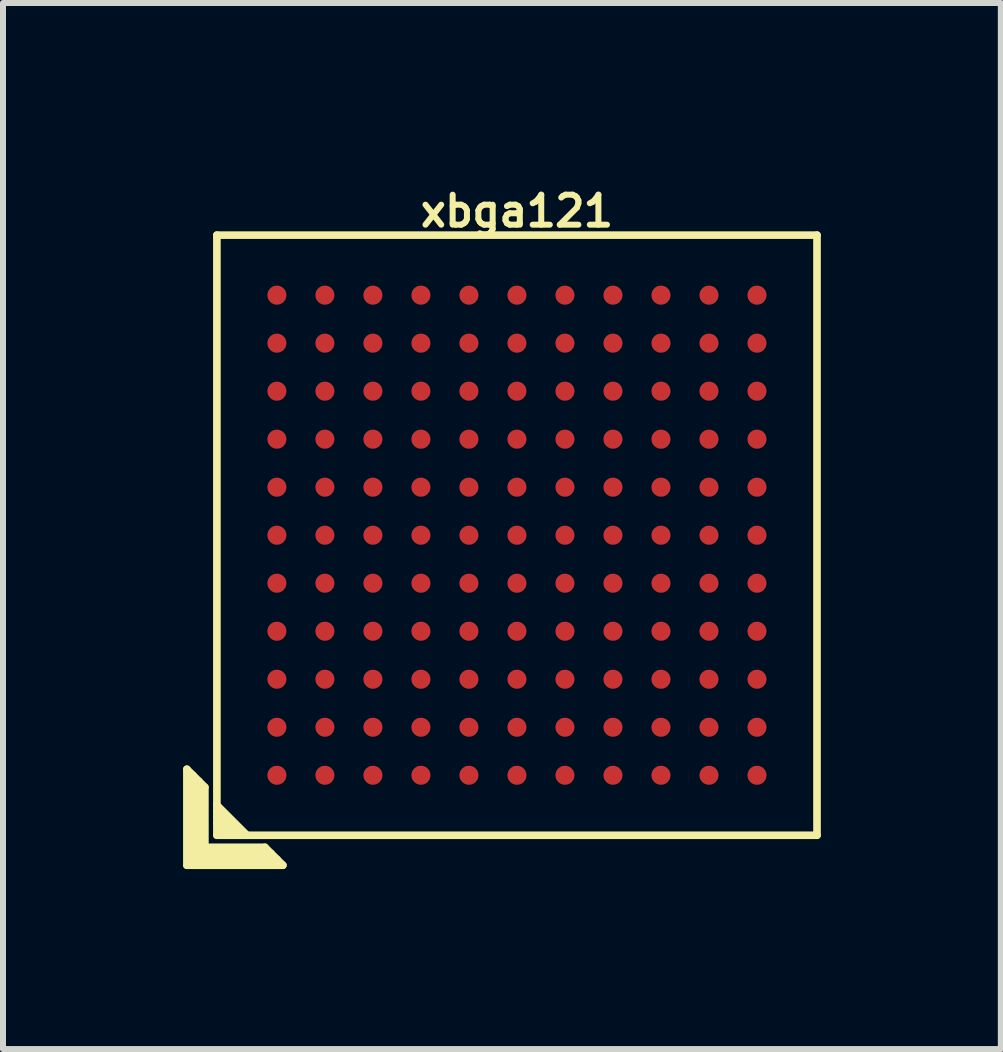
<source format=kicad_pcb>
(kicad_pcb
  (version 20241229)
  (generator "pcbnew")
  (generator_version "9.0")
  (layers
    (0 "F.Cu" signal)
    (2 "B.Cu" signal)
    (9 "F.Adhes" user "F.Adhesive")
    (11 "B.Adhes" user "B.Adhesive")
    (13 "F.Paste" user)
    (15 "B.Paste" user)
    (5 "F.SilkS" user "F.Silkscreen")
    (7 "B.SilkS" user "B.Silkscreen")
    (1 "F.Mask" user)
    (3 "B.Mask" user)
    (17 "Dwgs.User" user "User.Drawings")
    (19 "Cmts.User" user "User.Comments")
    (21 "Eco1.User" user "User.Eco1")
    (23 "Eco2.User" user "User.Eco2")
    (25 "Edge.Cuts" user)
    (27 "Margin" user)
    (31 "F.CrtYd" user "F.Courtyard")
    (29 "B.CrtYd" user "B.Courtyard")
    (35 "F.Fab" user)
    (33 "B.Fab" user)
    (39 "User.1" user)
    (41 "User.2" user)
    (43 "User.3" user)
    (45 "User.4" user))
  (footprint "xbga121"
    (layer "F.Cu")
    (at 5.564 5.868)
    (property "Reference" "xbga121" (at 0 -5.4 0) (layer "F.SilkS") (effects (font (size 0.5 0.5) (thickness 0.1))))
    (attr smd)
    (fp_line (start -5.5 3.9) (end -5.2 4.2) (stroke (width 0.127) (type solid)) (layer "F.SilkS"))
    (fp_line (start -5.5 5.5) (end -5.5 3.9) (stroke (width 0.127) (type solid)) (layer "F.SilkS"))
    (fp_line (start -5.4 5.4) (end -5.4 4) (stroke (width 0.127) (type solid)) (layer "F.SilkS"))
    (fp_line (start -5.3 4.1) (end -5.3 5.3) (stroke (width 0.127) (type solid)) (layer "F.SilkS"))
    (fp_line (start -5.3 5.3) (end -4.1 5.3) (stroke (width 0.127) (type solid)) (layer "F.SilkS"))
    (fp_line (start -5.2 4.2) (end -5.2 5.2) (stroke (width 0.127) (type solid)) (layer "F.SilkS"))
    (fp_line (start -5.2 5.2) (end -4.2 5.2) (stroke (width 0.127) (type solid)) (layer "F.SilkS"))
    (fp_line (start -5 -5) (end -5 5) (stroke (width 0.127) (type solid)) (layer "F.SilkS"))
    (fp_line (start -5 4.7) (end -4.7 5) (stroke (width 0.127) (type solid)) (layer "F.SilkS"))
    (fp_line (start -5 5) (end 5 5) (stroke (width 0.127) (type solid)) (layer "F.SilkS"))
    (fp_line (start -4.8 5) (end -5 4.8) (stroke (width 0.127) (type solid)) (layer "F.SilkS"))
    (fp_line (start -4.6 5) (end -5 4.6) (stroke (width 0.127) (type solid)) (layer "F.SilkS"))
    (fp_line (start -4.5 5) (end -5 4.5) (stroke (width 0.127) (type solid)) (layer "F.SilkS"))
    (fp_line (start -4.2 5.2) (end -3.9 5.5) (stroke (width 0.127) (type solid)) (layer "F.SilkS"))
    (fp_line (start -4 5.4) (end -5.4 5.4) (stroke (width 0.127) (type solid)) (layer "F.SilkS"))
    (fp_line (start -3.9 5.5) (end -5.5 5.5) (stroke (width 0.127) (type solid)) (layer "F.SilkS"))
    (fp_line (start 5 -5) (end -5 -5) (stroke (width 0.127) (type solid)) (layer "F.SilkS"))
    (fp_line (start 5 5) (end 5 -5) (stroke (width 0.127) (type solid)) (layer "F.SilkS"))
    (pad "A1" smd circle (at -4 4) (size 0.318 0.318) (layers "F.Cu" "F.Mask" "F.Paste"))
    (pad "A2" smd circle (at -3.2 4) (size 0.318 0.318) (layers "F.Cu" "F.Mask" "F.Paste"))
    (pad "A3" smd circle (at -2.4 4) (size 0.318 0.318) (layers "F.Cu" "F.Mask" "F.Paste"))
    (pad "A4" smd circle (at -1.6 4) (size 0.318 0.318) (layers "F.Cu" "F.Mask" "F.Paste"))
    (pad "A5" smd circle (at -0.8 4) (size 0.318 0.318) (layers "F.Cu" "F.Mask" "F.Paste"))
    (pad "A6" smd circle (at 0 4) (size 0.318 0.318) (layers "F.Cu" "F.Mask" "F.Paste"))
    (pad "A7" smd circle (at 0.8 4) (size 0.318 0.318) (layers "F.Cu" "F.Mask" "F.Paste"))
    (pad "A8" smd circle (at 1.6 4) (size 0.318 0.318) (layers "F.Cu" "F.Mask" "F.Paste"))
    (pad "A9" smd circle (at 2.4 4) (size 0.318 0.318) (layers "F.Cu" "F.Mask" "F.Paste"))
    (pad "A10" smd circle (at 3.2 4) (size 0.318 0.318) (layers "F.Cu" "F.Mask" "F.Paste"))
    (pad "A11" smd circle (at 4 4) (size 0.318 0.318) (layers "F.Cu" "F.Mask" "F.Paste"))
    (pad "B1" smd circle (at -4 3.2) (size 0.318 0.318) (layers "F.Cu" "F.Mask" "F.Paste"))
    (pad "B2" smd circle (at -3.2 3.2) (size 0.318 0.318) (layers "F.Cu" "F.Mask" "F.Paste"))
    (pad "B3" smd circle (at -2.4 3.2) (size 0.318 0.318) (layers "F.Cu" "F.Mask" "F.Paste"))
    (pad "B4" smd circle (at -1.6 3.2) (size 0.318 0.318) (layers "F.Cu" "F.Mask" "F.Paste"))
    (pad "B5" smd circle (at -0.8 3.2) (size 0.318 0.318) (layers "F.Cu" "F.Mask" "F.Paste"))
    (pad "B6" smd circle (at 0 3.2) (size 0.318 0.318) (layers "F.Cu" "F.Mask" "F.Paste"))
    (pad "B7" smd circle (at 0.8 3.2) (size 0.318 0.318) (layers "F.Cu" "F.Mask" "F.Paste"))
    (pad "B8" smd circle (at 1.6 3.2) (size 0.318 0.318) (layers "F.Cu" "F.Mask" "F.Paste"))
    (pad "B9" smd circle (at 2.4 3.2) (size 0.318 0.318) (layers "F.Cu" "F.Mask" "F.Paste"))
    (pad "B10" smd circle (at 3.2 3.2) (size 0.318 0.318) (layers "F.Cu" "F.Mask" "F.Paste"))
    (pad "B11" smd circle (at 4 3.2) (size 0.318 0.318) (layers "F.Cu" "F.Mask" "F.Paste"))
    (pad "C1" smd circle (at -4 2.4) (size 0.318 0.318) (layers "F.Cu" "F.Mask" "F.Paste"))
    (pad "C2" smd circle (at -3.2 2.4) (size 0.318 0.318) (layers "F.Cu" "F.Mask" "F.Paste"))
    (pad "C3" smd circle (at -2.4 2.4) (size 0.318 0.318) (layers "F.Cu" "F.Mask" "F.Paste"))
    (pad "C4" smd circle (at -1.6 2.4) (size 0.318 0.318) (layers "F.Cu" "F.Mask" "F.Paste"))
    (pad "C5" smd circle (at -0.8 2.4) (size 0.318 0.318) (layers "F.Cu" "F.Mask" "F.Paste"))
    (pad "C6" smd circle (at 0 2.4) (size 0.318 0.318) (layers "F.Cu" "F.Mask" "F.Paste"))
    (pad "C7" smd circle (at 0.8 2.4) (size 0.318 0.318) (layers "F.Cu" "F.Mask" "F.Paste"))
    (pad "C8" smd circle (at 1.6 2.4) (size 0.318 0.318) (layers "F.Cu" "F.Mask" "F.Paste"))
    (pad "C9" smd circle (at 2.4 2.4) (size 0.318 0.318) (layers "F.Cu" "F.Mask" "F.Paste"))
    (pad "C10" smd circle (at 3.2 2.4) (size 0.318 0.318) (layers "F.Cu" "F.Mask" "F.Paste"))
    (pad "C11" smd circle (at 4 2.4) (size 0.318 0.318) (layers "F.Cu" "F.Mask" "F.Paste"))
    (pad "D1" smd circle (at -4 1.6) (size 0.318 0.318) (layers "F.Cu" "F.Mask" "F.Paste"))
    (pad "D2" smd circle (at -3.2 1.6) (size 0.318 0.318) (layers "F.Cu" "F.Mask" "F.Paste"))
    (pad "D3" smd circle (at -2.4 1.6) (size 0.318 0.318) (layers "F.Cu" "F.Mask" "F.Paste"))
    (pad "D4" smd circle (at -1.6 1.6) (size 0.318 0.318) (layers "F.Cu" "F.Mask" "F.Paste"))
    (pad "D5" smd circle (at -0.8 1.6) (size 0.318 0.318) (layers "F.Cu" "F.Mask" "F.Paste"))
    (pad "D6" smd circle (at 0 1.6) (size 0.318 0.318) (layers "F.Cu" "F.Mask" "F.Paste"))
    (pad "D7" smd circle (at 0.8 1.6) (size 0.318 0.318) (layers "F.Cu" "F.Mask" "F.Paste"))
    (pad "D8" smd circle (at 1.6 1.6) (size 0.318 0.318) (layers "F.Cu" "F.Mask" "F.Paste"))
    (pad "D9" smd circle (at 2.4 1.6) (size 0.318 0.318) (layers "F.Cu" "F.Mask" "F.Paste"))
    (pad "D10" smd circle (at 3.2 1.6) (size 0.318 0.318) (layers "F.Cu" "F.Mask" "F.Paste"))
    (pad "D11" smd circle (at 4 1.6) (size 0.318 0.318) (layers "F.Cu" "F.Mask" "F.Paste"))
    (pad "E1" smd circle (at -4 0.8) (size 0.318 0.318) (layers "F.Cu" "F.Mask" "F.Paste"))
    (pad "E2" smd circle (at -3.2 0.8) (size 0.318 0.318) (layers "F.Cu" "F.Mask" "F.Paste"))
    (pad "E3" smd circle (at -2.4 0.8) (size 0.318 0.318) (layers "F.Cu" "F.Mask" "F.Paste"))
    (pad "E4" smd circle (at -1.6 0.8) (size 0.318 0.318) (layers "F.Cu" "F.Mask" "F.Paste"))
    (pad "E5" smd circle (at -0.8 0.8) (size 0.318 0.318) (layers "F.Cu" "F.Mask" "F.Paste"))
    (pad "E6" smd circle (at 0 0.8) (size 0.318 0.318) (layers "F.Cu" "F.Mask" "F.Paste"))
    (pad "E7" smd circle (at 0.8 0.8) (size 0.318 0.318) (layers "F.Cu" "F.Mask" "F.Paste"))
    (pad "E8" smd circle (at 1.6 0.8) (size 0.318 0.318) (layers "F.Cu" "F.Mask" "F.Paste"))
    (pad "E9" smd circle (at 2.4 0.8) (size 0.318 0.318) (layers "F.Cu" "F.Mask" "F.Paste"))
    (pad "E10" smd circle (at 3.2 0.8) (size 0.318 0.318) (layers "F.Cu" "F.Mask" "F.Paste"))
    (pad "E11" smd circle (at 4 0.8) (size 0.318 0.318) (layers "F.Cu" "F.Mask" "F.Paste"))
    (pad "F1" smd circle (at -4 0) (size 0.318 0.318) (layers "F.Cu" "F.Mask" "F.Paste"))
    (pad "F2" smd circle (at -3.2 0) (size 0.318 0.318) (layers "F.Cu" "F.Mask" "F.Paste"))
    (pad "F3" smd circle (at -2.4 0) (size 0.318 0.318) (layers "F.Cu" "F.Mask" "F.Paste"))
    (pad "F4" smd circle (at -1.6 0) (size 0.318 0.318) (layers "F.Cu" "F.Mask" "F.Paste"))
    (pad "F5" smd circle (at -0.8 0) (size 0.318 0.318) (layers "F.Cu" "F.Mask" "F.Paste"))
    (pad "F6" smd circle (at 0 0) (size 0.318 0.318) (layers "F.Cu" "F.Mask" "F.Paste"))
    (pad "F7" smd circle (at 0.8 0) (size 0.318 0.318) (layers "F.Cu" "F.Mask" "F.Paste"))
    (pad "F8" smd circle (at 1.6 0) (size 0.318 0.318) (layers "F.Cu" "F.Mask" "F.Paste"))
    (pad "F9" smd circle (at 2.4 0) (size 0.318 0.318) (layers "F.Cu" "F.Mask" "F.Paste"))
    (pad "F10" smd circle (at 3.2 0) (size 0.318 0.318) (layers "F.Cu" "F.Mask" "F.Paste"))
    (pad "F11" smd circle (at 4 0) (size 0.318 0.318) (layers "F.Cu" "F.Mask" "F.Paste"))
    (pad "G1" smd circle (at -4 -0.8) (size 0.318 0.318) (layers "F.Cu" "F.Mask" "F.Paste"))
    (pad "G2" smd circle (at -3.2 -0.8) (size 0.318 0.318) (layers "F.Cu" "F.Mask" "F.Paste"))
    (pad "G3" smd circle (at -2.4 -0.8) (size 0.318 0.318) (layers "F.Cu" "F.Mask" "F.Paste"))
    (pad "G4" smd circle (at -1.6 -0.8) (size 0.318 0.318) (layers "F.Cu" "F.Mask" "F.Paste"))
    (pad "G5" smd circle (at -0.8 -0.8) (size 0.318 0.318) (layers "F.Cu" "F.Mask" "F.Paste"))
    (pad "G6" smd circle (at 0 -0.8) (size 0.318 0.318) (layers "F.Cu" "F.Mask" "F.Paste"))
    (pad "G7" smd circle (at 0.8 -0.8) (size 0.318 0.318) (layers "F.Cu" "F.Mask" "F.Paste"))
    (pad "G8" smd circle (at 1.6 -0.8) (size 0.318 0.318) (layers "F.Cu" "F.Mask" "F.Paste"))
    (pad "G9" smd circle (at 2.4 -0.8) (size 0.318 0.318) (layers "F.Cu" "F.Mask" "F.Paste"))
    (pad "G10" smd circle (at 3.2 -0.8) (size 0.318 0.318) (layers "F.Cu" "F.Mask" "F.Paste"))
    (pad "G11" smd circle (at 4 -0.8) (size 0.318 0.318) (layers "F.Cu" "F.Mask" "F.Paste"))
    (pad "H1" smd circle (at -4 -1.6) (size 0.318 0.318) (layers "F.Cu" "F.Mask" "F.Paste"))
    (pad "H2" smd circle (at -3.2 -1.6) (size 0.318 0.318) (layers "F.Cu" "F.Mask" "F.Paste"))
    (pad "H3" smd circle (at -2.4 -1.6) (size 0.318 0.318) (layers "F.Cu" "F.Mask" "F.Paste"))
    (pad "H4" smd circle (at -1.6 -1.6) (size 0.318 0.318) (layers "F.Cu" "F.Mask" "F.Paste"))
    (pad "H5" smd circle (at -0.8 -1.6) (size 0.318 0.318) (layers "F.Cu" "F.Mask" "F.Paste"))
    (pad "H6" smd circle (at 0 -1.6) (size 0.318 0.318) (layers "F.Cu" "F.Mask" "F.Paste"))
    (pad "H7" smd circle (at 0.8 -1.6) (size 0.318 0.318) (layers "F.Cu" "F.Mask" "F.Paste"))
    (pad "H8" smd circle (at 1.6 -1.6) (size 0.318 0.318) (layers "F.Cu" "F.Mask" "F.Paste"))
    (pad "H9" smd circle (at 2.4 -1.6) (size 0.318 0.318) (layers "F.Cu" "F.Mask" "F.Paste"))
    (pad "H10" smd circle (at 3.2 -1.6) (size 0.318 0.318) (layers "F.Cu" "F.Mask" "F.Paste"))
    (pad "H11" smd circle (at 4 -1.6) (size 0.318 0.318) (layers "F.Cu" "F.Mask" "F.Paste"))
    (pad "J1" smd circle (at -4 -2.4) (size 0.318 0.318) (layers "F.Cu" "F.Mask" "F.Paste"))
    (pad "J2" smd circle (at -3.2 -2.4) (size 0.318 0.318) (layers "F.Cu" "F.Mask" "F.Paste"))
    (pad "J3" smd circle (at -2.4 -2.4) (size 0.318 0.318) (layers "F.Cu" "F.Mask" "F.Paste"))
    (pad "J4" smd circle (at -1.6 -2.4) (size 0.318 0.318) (layers "F.Cu" "F.Mask" "F.Paste"))
    (pad "J5" smd circle (at -0.8 -2.4) (size 0.318 0.318) (layers "F.Cu" "F.Mask" "F.Paste"))
    (pad "J6" smd circle (at 0 -2.4) (size 0.318 0.318) (layers "F.Cu" "F.Mask" "F.Paste"))
    (pad "J7" smd circle (at 0.8 -2.4) (size 0.318 0.318) (layers "F.Cu" "F.Mask" "F.Paste"))
    (pad "J8" smd circle (at 1.6 -2.4) (size 0.318 0.318) (layers "F.Cu" "F.Mask" "F.Paste"))
    (pad "J9" smd circle (at 2.4 -2.4) (size 0.318 0.318) (layers "F.Cu" "F.Mask" "F.Paste"))
    (pad "J10" smd circle (at 3.2 -2.4) (size 0.318 0.318) (layers "F.Cu" "F.Mask" "F.Paste"))
    (pad "J11" smd circle (at 4 -2.4) (size 0.318 0.318) (layers "F.Cu" "F.Mask" "F.Paste"))
    (pad "K1" smd circle (at -4 -3.2) (size 0.318 0.318) (layers "F.Cu" "F.Mask" "F.Paste"))
    (pad "K2" smd circle (at -3.2 -3.2) (size 0.318 0.318) (layers "F.Cu" "F.Mask" "F.Paste"))
    (pad "K3" smd circle (at -2.4 -3.2) (size 0.318 0.318) (layers "F.Cu" "F.Mask" "F.Paste"))
    (pad "K4" smd circle (at -1.6 -3.2) (size 0.318 0.318) (layers "F.Cu" "F.Mask" "F.Paste"))
    (pad "K5" smd circle (at -0.8 -3.2) (size 0.318 0.318) (layers "F.Cu" "F.Mask" "F.Paste"))
    (pad "K6" smd circle (at 0 -3.2) (size 0.318 0.318) (layers "F.Cu" "F.Mask" "F.Paste"))
    (pad "K7" smd circle (at 0.8 -3.2) (size 0.318 0.318) (layers "F.Cu" "F.Mask" "F.Paste"))
    (pad "K8" smd circle (at 1.6 -3.2) (size 0.318 0.318) (layers "F.Cu" "F.Mask" "F.Paste"))
    (pad "K9" smd circle (at 2.4 -3.2) (size 0.318 0.318) (layers "F.Cu" "F.Mask" "F.Paste"))
    (pad "K10" smd circle (at 3.2 -3.2) (size 0.318 0.318) (layers "F.Cu" "F.Mask" "F.Paste"))
    (pad "K11" smd circle (at 4 -3.2) (size 0.318 0.318) (layers "F.Cu" "F.Mask" "F.Paste"))
    (pad "L1" smd circle (at -4 -4) (size 0.318 0.318) (layers "F.Cu" "F.Mask" "F.Paste"))
    (pad "L2" smd circle (at -3.2 -4) (size 0.318 0.318) (layers "F.Cu" "F.Mask" "F.Paste"))
    (pad "L3" smd circle (at -2.4 -4) (size 0.318 0.318) (layers "F.Cu" "F.Mask" "F.Paste"))
    (pad "L4" smd circle (at -1.6 -4) (size 0.318 0.318) (layers "F.Cu" "F.Mask" "F.Paste"))
    (pad "L5" smd circle (at -0.8 -4) (size 0.318 0.318) (layers "F.Cu" "F.Mask" "F.Paste"))
    (pad "L6" smd circle (at 0 -4) (size 0.318 0.318) (layers "F.Cu" "F.Mask" "F.Paste"))
    (pad "L7" smd circle (at 0.8 -4) (size 0.318 0.318) (layers "F.Cu" "F.Mask" "F.Paste"))
    (pad "L8" smd circle (at 1.6 -4) (size 0.318 0.318) (layers "F.Cu" "F.Mask" "F.Paste"))
    (pad "L9" smd circle (at 2.4 -4) (size 0.318 0.318) (layers "F.Cu" "F.Mask" "F.Paste"))
    (pad "L10" smd circle (at 3.2 -4) (size 0.318 0.318) (layers "F.Cu" "F.Mask" "F.Paste"))
    (pad "L11" smd circle (at 4 -4) (size 0.318 0.318) (layers "F.Cu" "F.Mask" "F.Paste")))
  (gr_rect
    (start -3 -3)
    (end 13.627 14.431)
    (stroke (width 0.1) (type default))
    (fill no)
    (layer "Edge.Cuts")))
</source>
